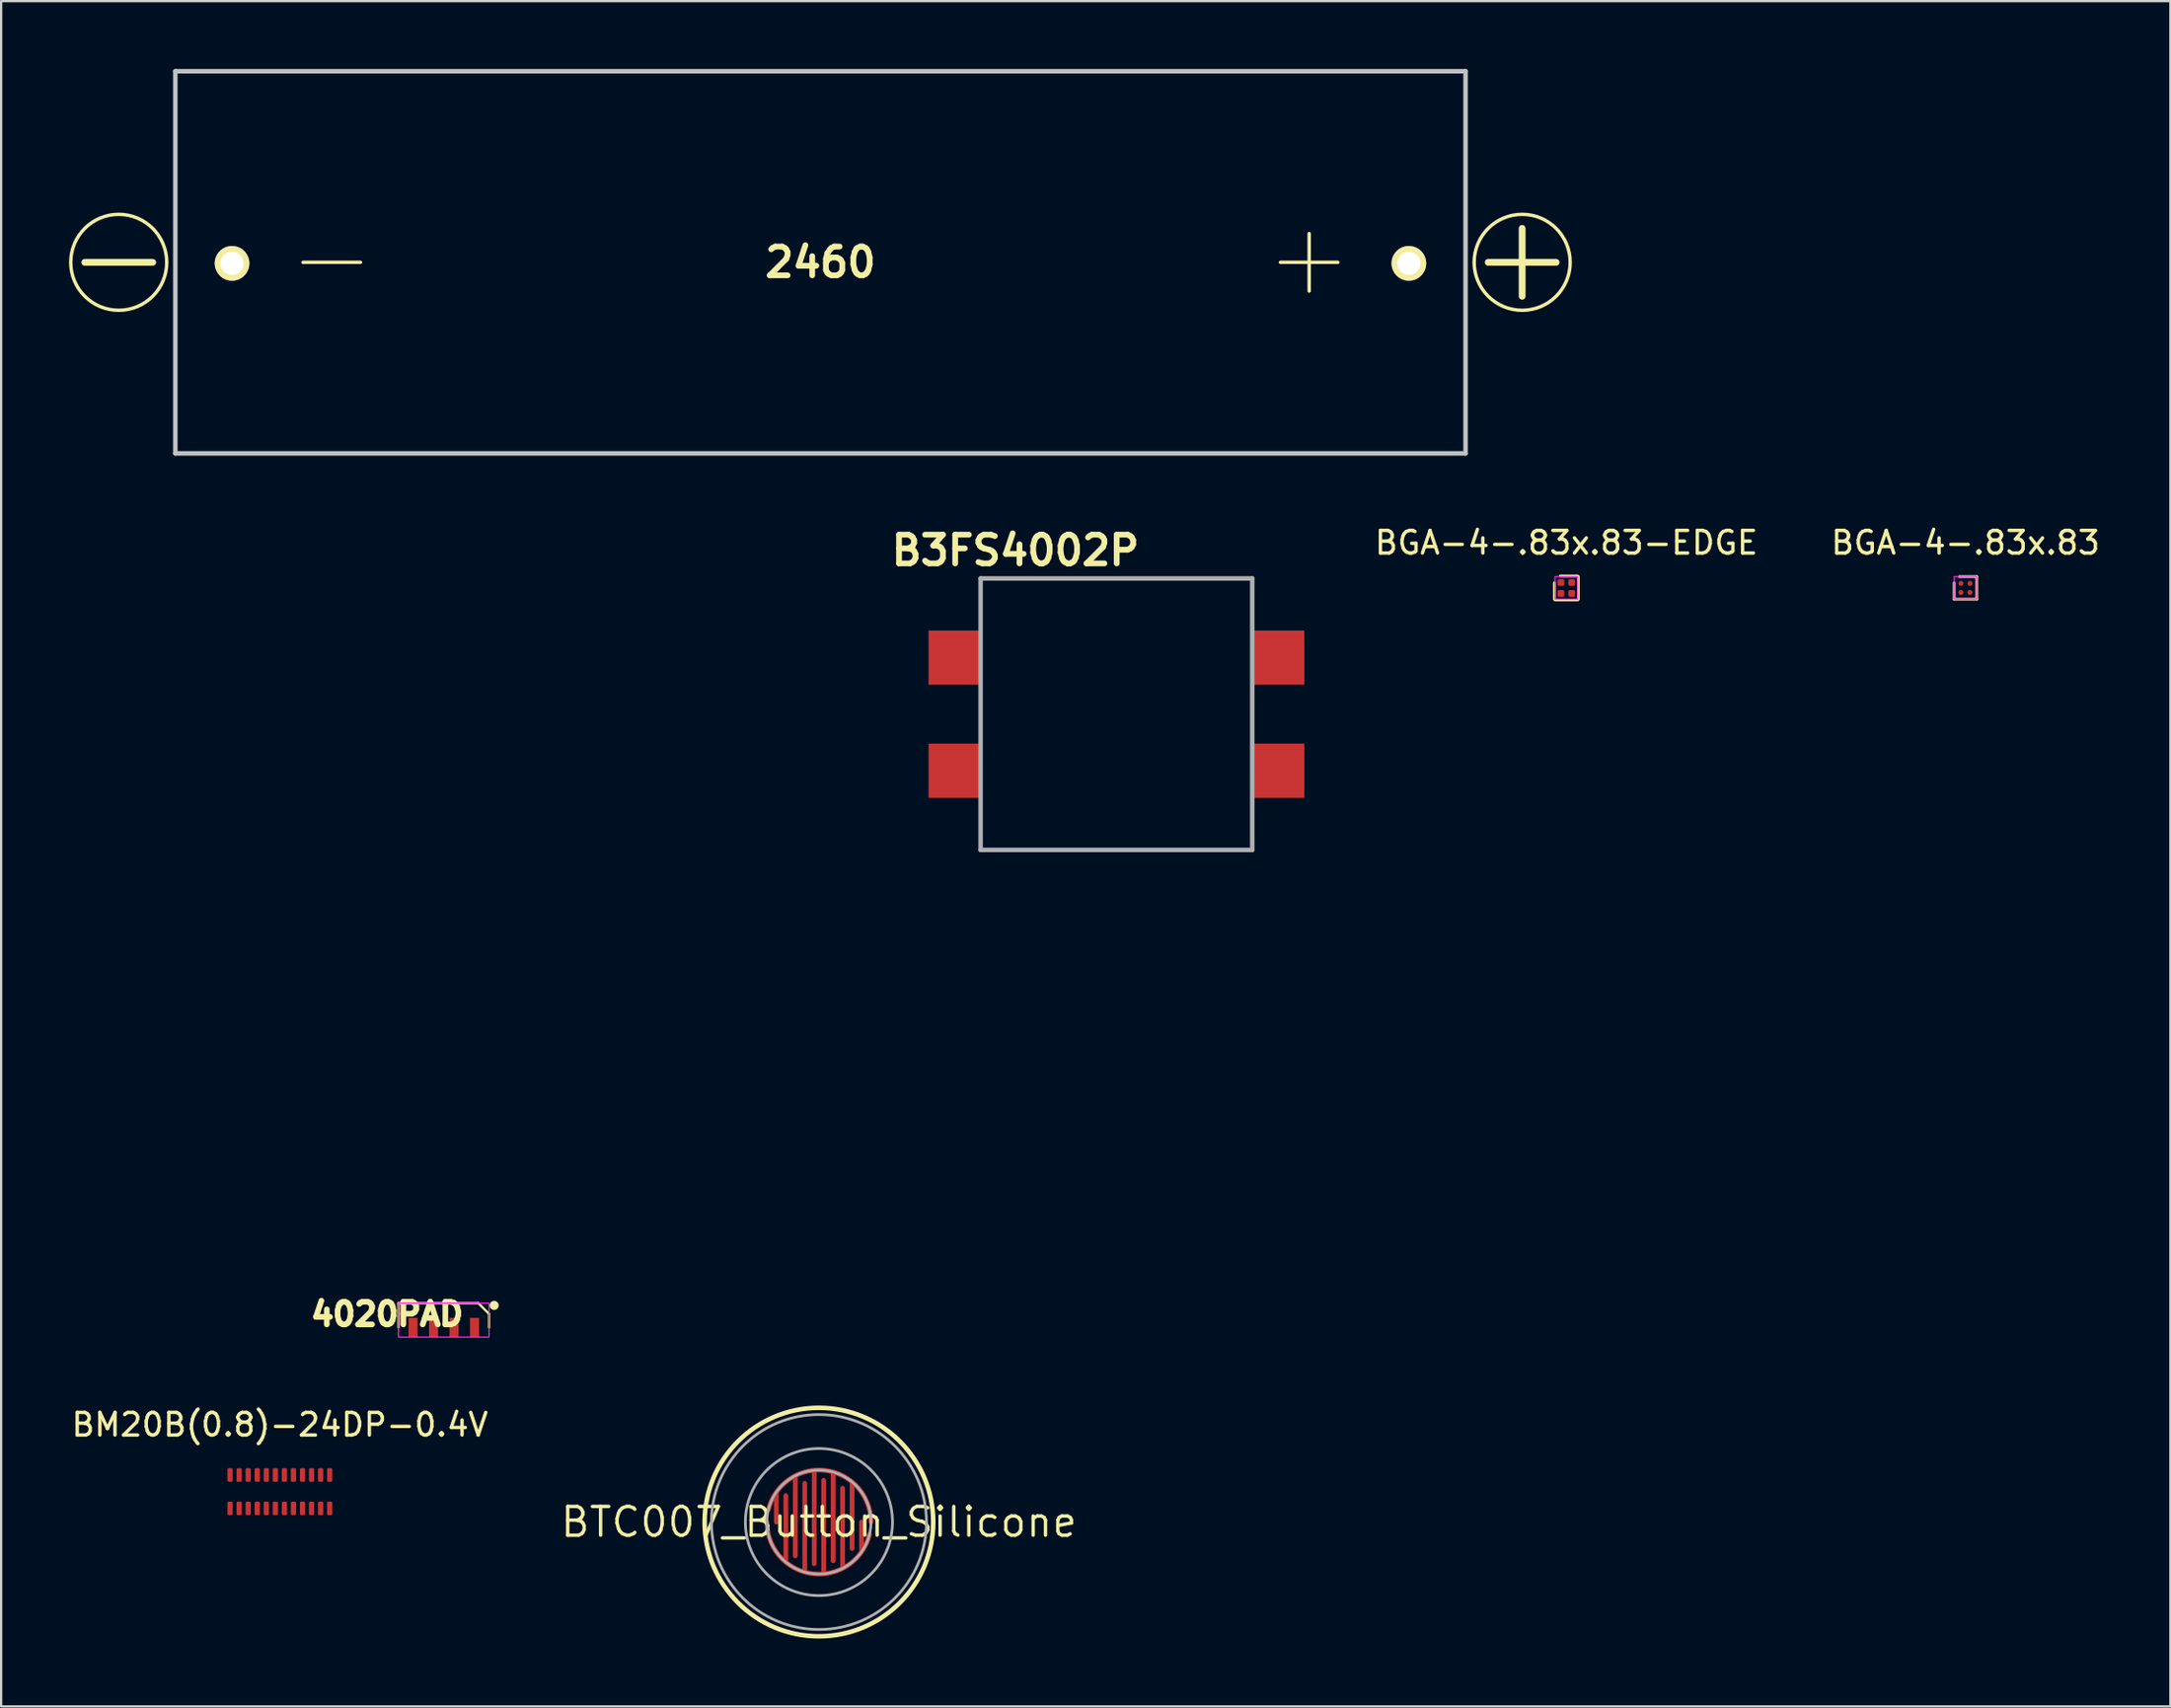
<source format=kicad_pcb>
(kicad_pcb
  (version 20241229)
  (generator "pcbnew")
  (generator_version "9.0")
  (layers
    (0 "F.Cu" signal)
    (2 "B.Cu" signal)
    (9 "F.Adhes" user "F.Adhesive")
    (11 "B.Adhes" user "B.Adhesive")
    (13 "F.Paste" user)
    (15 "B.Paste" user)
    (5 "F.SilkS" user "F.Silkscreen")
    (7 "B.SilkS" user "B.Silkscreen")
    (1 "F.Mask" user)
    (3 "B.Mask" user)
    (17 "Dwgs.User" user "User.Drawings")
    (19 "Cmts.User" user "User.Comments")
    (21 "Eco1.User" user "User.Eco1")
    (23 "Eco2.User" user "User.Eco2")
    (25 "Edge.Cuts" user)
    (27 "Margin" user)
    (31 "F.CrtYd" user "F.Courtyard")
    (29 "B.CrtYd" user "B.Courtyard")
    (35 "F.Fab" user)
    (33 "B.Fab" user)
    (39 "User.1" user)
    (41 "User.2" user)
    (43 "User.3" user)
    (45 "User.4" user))
  (footprint "BTC007_Button_Silicone"
    (layer "F.Cu")
    (at 33.129 64.226)
    (property "Reference" "BTC007_Button_Silicone" (at 0 0 0) (layer "F.SilkS") (effects (font (size 1.27 1.27) (thickness 0.15))))
    (attr through_hole)
    (fp_circle (center 0 0) (end 2.6 0) (stroke (width 0.12) (type solid)) (fill yes) (layer "F.Mask"))
    (fp_circle (center 0 0) (end 5.05 0) (stroke (width 0.2) (type solid)) (fill no) (layer "F.SilkS"))
    (fp_circle (center 0 0) (end 2.3 0) (stroke (width 0.12) (type solid)) (fill no) (layer "F.Fab"))
    (fp_circle (center 0 0) (end 3.25 0) (stroke (width 0.12) (type solid)) (fill no) (layer "F.Fab"))
    (fp_circle (center 0 0) (end 4.75 0) (stroke (width 0.12) (type solid)) (fill no) (layer "F.Fab"))
    (pad "1" smd custom (at 0 -2.3) (size 0.2 0.2) (layers "F.Cu") (options (anchor circle)) (primitives (gr_line (start 2.3 2.298) (end 2.288 2.069) (width 0.21)) (gr_line (start 2.288 2.069) (end 2.254 1.841) (width 0.21)) (gr_line (start 2.254 1.841) (end 2.197 1.619) (width 0.21)) (gr_line (start 2.197 1.619) (end 2.118 1.403) (width 0.21)) (gr_line (start 2.118 1.403) (end 2.018 1.196) (width 0.21)) (gr_line (start 2.018 1.196) (end 1.897 1) (width 0.21)) (gr_line (start 1.897 1) (end 1.758 0.817) (width 0.21)) (gr_line (start 1.758 0.817) (end 1.601 0.649) (width 0.21)) (gr_line (start 1.601 0.649) (end 1.428 0.497) (width 0.21)) (gr_line (start 1.428 0.497) (end 1.241 0.364) (width 0.21)) (gr_line (start 1.241 0.364) (end 1.042 0.249) (width 0.21)) (gr_line (start 1.042 0.249) (end 0.832 0.156) (width 0.21)) (gr_line (start 0.832 0.156) (end 0.613 0.083) (width 0.21)) (gr_line (start 0.613 0.083) (end 0.389 0.033) (width 0.21)) (gr_line (start 0.389 0.033) (end 0.161 0.006) (width 0.21)) (gr_line (start 0.161 0.006) (end -0.069 0.001) (width 0.21)) (gr_line (start -0.069 0.001) (end -0.298 0.019) (width 0.21)) (gr_line (start -0.298 0.019) (end -0.524 0.061) (width 0.21)) (gr_line (start -0.524 0.061) (end -0.745 0.124) (width 0.21)) (gr_line (start -0.745 0.124) (end -0.959 0.209) (width 0.21)) (gr_line (start -0.959 0.209) (end -1.163 0.316) (width 0.21)) (gr_line (start -1.163 0.316) (end -1.355 0.442) (width 0.21)) (gr_line (start -1.355 0.442) (end -1.534 0.586) (width 0.21)) (gr_line (start -1.534 0.586) (end -1.697 0.748) (width 0.21)) (gr_line (start -1.697 0.748) (end -1.844 0.925) (width 0.21)) (gr_line (start -1.844 0.925) (end -1.972 1.116) (width 0.21)) (gr_line (start -1.972 1.116) (end -2.08 1.319) (width 0.21)) (gr_line (start -2.08 1.319) (end -2.168 1.531) (width 0.21)) (gr_line (start -2.168 1.531) (end -2.234 1.752) (width 0.21)) (gr_line (start 1.464 0.526) (end 1.464 3.468) (width 0.21)) (gr_line (start 0.627 0.087) (end 0.627 4.012) (width 0.21)) (gr_line (start -0.209 0.01) (end -0.209 4.144) (width 0.21)) (gr_line (start -1.045 0.251) (end -1.045 3.795) (width 0.21)) (gr_line (start -1.882 0.978) (end -1.882 2.3) (width 0.21))))
    (pad "2" smd custom (at 0 2.3) (size 0.2 0.2) (layers "F.Cu") (options (anchor circle)) (primitives (gr_line (start -2.3 -2.298) (end -2.288 -2.069) (width 0.21)) (gr_line (start -2.288 -2.069) (end -2.254 -1.841) (width 0.21)) (gr_line (start -2.254 -1.841) (end -2.197 -1.619) (width 0.21)) (gr_line (start -2.197 -1.619) (end -2.118 -1.403) (width 0.21)) (gr_line (start -2.118 -1.403) (end -2.018 -1.196) (width 0.21)) (gr_line (start -2.018 -1.196) (end -1.897 -1) (width 0.21)) (gr_line (start -1.897 -1) (end -1.758 -0.817) (width 0.21)) (gr_line (start -1.758 -0.817) (end -1.601 -0.649) (width 0.21)) (gr_line (start -1.601 -0.649) (end -1.428 -0.497) (width 0.21)) (gr_line (start -1.428 -0.497) (end -1.241 -0.364) (width 0.21)) (gr_line (start -1.241 -0.364) (end -1.042 -0.249) (width 0.21)) (gr_line (start -1.042 -0.249) (end -0.832 -0.156) (width 0.21)) (gr_line (start -0.832 -0.156) (end -0.613 -0.083) (width 0.21)) (gr_line (start -0.613 -0.083) (end -0.389 -0.033) (width 0.21)) (gr_line (start -0.389 -0.033) (end -0.161 -0.006) (width 0.21)) (gr_line (start -0.161 -0.006) (end 0.069 -0.001) (width 0.21)) (gr_line (start 0.069 -0.001) (end 0.298 -0.019) (width 0.21)) (gr_line (start 0.298 -0.019) (end 0.524 -0.061) (width 0.21)) (gr_line (start 0.524 -0.061) (end 0.745 -0.124) (width 0.21)) (gr_line (start 0.745 -0.124) (end 0.959 -0.209) (width 0.21)) (gr_line (start 0.959 -0.209) (end 1.163 -0.316) (width 0.21)) (gr_line (start 1.163 -0.316) (end 1.355 -0.442) (width 0.21)) (gr_line (start 1.355 -0.442) (end 1.534 -0.586) (width 0.21)) (gr_line (start 1.534 -0.586) (end 1.697 -0.748) (width 0.21)) (gr_line (start 1.697 -0.748) (end 1.844 -0.925) (width 0.21)) (gr_line (start 1.844 -0.925) (end 1.972 -1.116) (width 0.21)) (gr_line (start 1.972 -1.116) (end 2.08 -1.319) (width 0.21)) (gr_line (start 2.08 -1.319) (end 2.168 -1.531) (width 0.21)) (gr_line (start 2.168 -1.531) (end 2.234 -1.752) (width 0.21)) (gr_line (start -1.464 -0.526) (end -1.464 -3.468) (width 0.21)) (gr_line (start -0.627 -0.087) (end -0.627 -4.012) (width 0.21)) (gr_line (start 0.209 -0.01) (end 0.209 -4.144) (width 0.21)) (gr_line (start 1.045 -0.251) (end 1.045 -3.795) (width 0.21)) (gr_line (start 1.882 -0.978) (end 1.882 -2.3) (width 0.21)))))
  (footprint "4020PAD"
    (layer "F.Cu")
    (at 16.556 55.626)
    (property "Reference" "4020PAD" (at -6 0 0) (unlocked yes) (layer "F.SilkS") (effects (font (size 1 1) (thickness 0.25) (bold yes)) (justify left bottom)))
    (fp_line (start -2 -1.075) (end 1.525 -1.075) (stroke (width 0.1) (type solid)) (layer "F.SilkS"))
    (fp_line (start -2 0) (end -2 -1.075) (stroke (width 0.1) (type solid)) (layer "F.SilkS"))
    (fp_line (start 1.525 -1.075) (end 2 -0.6) (stroke (width 0.1) (type solid)) (layer "F.SilkS"))
    (fp_line (start 2 0) (end 2 -0.6) (stroke (width 0.1) (type solid)) (layer "F.SilkS"))
    (fp_circle (center 2.225 -0.975) (end 2.225 -1.075) (stroke (width 0.2) (type solid)) (fill yes) (layer "F.SilkS"))
    (fp_line (start -16.496 -18.98) (end -1.5 -1.1) (stroke (width 0.12) (type default)) (layer "Eco2.User"))
    (fp_line (start -1.5 -1.1) (end -11.142 -12.591) (stroke (width 0.12) (type default)) (layer "Eco2.User"))
    (fp_line (start -1.5 -1.1) (end -3.412 -3.379) (stroke (width 0.12) (type default)) (layer "Eco2.User"))
    (fp_line (start 1.5 -1.1) (end 11.142 -12.591) (stroke (width 0.12) (type default)) (layer "Eco2.User"))
    (fp_line (start 16.496 -18.98) (end 1.5 -1.1) (stroke (width 0.12) (type default)) (layer "Eco2.User"))
    (fp_arc (start -16.496 -18.98) (mid 0 -35.476) (end 16.496 -18.98) (stroke (width 0.12) (type default)) (layer "Eco2.User"))
    (fp_rect (start -2 -1.075) (end 2 0.425) (stroke (width 0.05) (type solid)) (fill no) (layer "F.CrtYd"))
    (pad "1" smd rect (at 1.357 0 180) (size 0.4 0.85) (layers "F.Cu" "F.Mask" "F.Paste"))
    (pad "2" smd rect (at 0.452 0 180) (size 0.4 0.85) (layers "F.Cu" "F.Mask" "F.Paste"))
    (pad "3" smd rect (at -0.452 0 180) (size 0.4 0.85) (layers "F.Cu" "F.Mask" "F.Paste"))
    (pad "4" smd rect (at -1.357 0 180) (size 0.4 0.85) (layers "F.Cu" "F.Mask" "F.Paste")))
  (footprint "BM20B(0.8)-24DP-0.4V"
    (layer "F.Cu")
    (at 9.315 62.884)
    (property "Reference" "BM20B(0.8)-24DP-0.4V" (at 0 -2.96 0) (unlocked yes) (layer "F.SilkS") (effects (font (size 1 1) (thickness 0.15))))
    (attr smd)
    (pad "1" smd roundrect (at -2.2 0.74 90) (size 0.6 0.23) (layers "F.Cu" "F.Mask" "F.Paste") (roundrect_rratio 0.25))
    (pad "2" smd roundrect (at -2.2 -0.74 90) (size 0.6 0.23) (layers "F.Cu" "F.Mask" "F.Paste") (roundrect_rratio 0.25))
    (pad "3" smd roundrect (at -1.8 0.74 90) (size 0.6 0.23) (layers "F.Cu" "F.Mask" "F.Paste") (roundrect_rratio 0.25))
    (pad "4" smd roundrect (at -1.8 -0.74 90) (size 0.6 0.23) (layers "F.Cu" "F.Mask" "F.Paste") (roundrect_rratio 0.25))
    (pad "5" smd roundrect (at -1.4 0.74 90) (size 0.6 0.23) (layers "F.Cu" "F.Mask" "F.Paste") (roundrect_rratio 0.25))
    (pad "6" smd roundrect (at -1.4 -0.74 90) (size 0.6 0.23) (layers "F.Cu" "F.Mask" "F.Paste") (roundrect_rratio 0.25))
    (pad "7" smd roundrect (at -1 0.74 90) (size 0.6 0.23) (layers "F.Cu" "F.Mask" "F.Paste") (roundrect_rratio 0.25))
    (pad "8" smd roundrect (at -1 -0.74 90) (size 0.6 0.23) (layers "F.Cu" "F.Mask" "F.Paste") (roundrect_rratio 0.25))
    (pad "9" smd roundrect (at -0.6 0.74 90) (size 0.6 0.23) (layers "F.Cu" "F.Mask" "F.Paste") (roundrect_rratio 0.25))
    (pad "10" smd roundrect (at -0.6 -0.74 90) (size 0.6 0.23) (layers "F.Cu" "F.Mask" "F.Paste") (roundrect_rratio 0.25))
    (pad "11" smd roundrect (at -0.2 0.74 90) (size 0.6 0.23) (layers "F.Cu" "F.Mask" "F.Paste") (roundrect_rratio 0.25))
    (pad "12" smd roundrect (at -0.2 -0.74 90) (size 0.6 0.23) (layers "F.Cu" "F.Mask" "F.Paste") (roundrect_rratio 0.25))
    (pad "13" smd roundrect (at 0.2 0.74 90) (size 0.6 0.23) (layers "F.Cu" "F.Mask" "F.Paste") (roundrect_rratio 0.25))
    (pad "14" smd roundrect (at 0.2 -0.74 90) (size 0.6 0.23) (layers "F.Cu" "F.Mask" "F.Paste") (roundrect_rratio 0.25))
    (pad "15" smd roundrect (at 0.6 0.74 90) (size 0.6 0.23) (layers "F.Cu" "F.Mask" "F.Paste") (roundrect_rratio 0.25))
    (pad "16" smd roundrect (at 0.6 -0.74 90) (size 0.6 0.23) (layers "F.Cu" "F.Mask" "F.Paste") (roundrect_rratio 0.25))
    (pad "17" smd roundrect (at 1 0.74 90) (size 0.6 0.23) (layers "F.Cu" "F.Mask" "F.Paste") (roundrect_rratio 0.25))
    (pad "18" smd roundrect (at 1 -0.74 90) (size 0.6 0.23) (layers "F.Cu" "F.Mask" "F.Paste") (roundrect_rratio 0.25))
    (pad "19" smd roundrect (at 1.4 0.74 90) (size 0.6 0.23) (layers "F.Cu" "F.Mask" "F.Paste") (roundrect_rratio 0.25))
    (pad "20" smd roundrect (at 1.4 -0.74 90) (size 0.6 0.23) (layers "F.Cu" "F.Mask" "F.Paste") (roundrect_rratio 0.25))
    (pad "21" smd roundrect (at 1.8 0.74 90) (size 0.6 0.23) (layers "F.Cu" "F.Mask" "F.Paste") (roundrect_rratio 0.25))
    (pad "22" smd roundrect (at 1.8 -0.74 90) (size 0.6 0.23) (layers "F.Cu" "F.Mask" "F.Paste") (roundrect_rratio 0.25))
    (pad "23" smd roundrect (at 2.2 0.74 90) (size 0.6 0.23) (layers "F.Cu" "F.Mask" "F.Paste") (roundrect_rratio 0.25))
    (pad "24" smd roundrect (at 2.2 -0.74 90) (size 0.6 0.23) (layers "F.Cu" "F.Mask" "F.Paste") (roundrect_rratio 0.25)))
  (footprint "BGA-4-.83x.83"
    (layer "F.Cu")
    (at 83.78 22.938)
    (property "Reference" "BGA-4-.83x.83" (at 0 -2 0) (unlocked yes) (layer "F.SilkS") (effects (font (size 1 1) (thickness 0.15))))
    (attr smd)
    (fp_line (start -0.5 0.5) (end -0.5 -0.23) (stroke (width 0.12) (type default)) (layer "F.SilkS"))
    (fp_line (start -0.27 -0.5) (end 0.5 -0.5) (stroke (width 0.12) (type default)) (layer "F.SilkS"))
    (fp_line (start 0.5 -0.5) (end 0.5 0.5) (stroke (width 0.12) (type default)) (layer "F.SilkS"))
    (fp_line (start 0.5 0.5) (end -0.5 0.5) (stroke (width 0.12) (type default)) (layer "F.SilkS"))
    (fp_rect (start -0.5 -0.5) (end 0.5 0.5) (stroke (width 0.05) (type default)) (fill no) (layer "F.CrtYd"))
    (pad "A1" smd custom (at -0.2 -0.2) (size 0.22 0.22) (layers "F.Cu") (options (anchor circle)) (primitives))
    (pad "A2" smd custom (at 0.2 -0.2) (size 0.22 0.22) (layers "F.Cu") (options (anchor circle)) (primitives))
    (pad "B1" smd custom (at -0.2 0.2) (size 0.22 0.22) (layers "F.Cu") (options (anchor circle)) (primitives))
    (pad "B2" smd custom (at 0.2 0.2) (size 0.22 0.22) (layers "F.Cu") (options (anchor circle)) (primitives)))
  (footprint "2460"
    (layer "F.Cu")
    (at 33.196 8.545)
    (property "Reference" "2460" (at 0 0 0) (layer "F.SilkS") (effects (font (size 1.27 1.27) (thickness 0.254))))
    (attr through_hole)
    (fp_line (start -32.5 0) (end -29.5 0) (stroke (width 0.3) (type solid)) (layer "F.SilkS"))
    (fp_line (start -28.5 -8.445) (end 28.5 -8.445) (stroke (width 0.1) (type solid)) (layer "F.SilkS"))
    (fp_line (start -28.5 8.445) (end -28.5 -8.445) (stroke (width 0.1) (type solid)) (layer "F.SilkS"))
    (fp_line (start -22.86 0) (end -20.32 0) (stroke (width 0.15) (type solid)) (layer "F.SilkS"))
    (fp_line (start 20.32 0) (end 22.86 0) (stroke (width 0.15) (type solid)) (layer "F.SilkS"))
    (fp_line (start 21.59 -1.27) (end 21.59 1.27) (stroke (width 0.15) (type solid)) (layer "F.SilkS"))
    (fp_line (start 28.5 -8.445) (end 28.5 8.445) (stroke (width 0.1) (type solid)) (layer "F.SilkS"))
    (fp_line (start 28.5 8.445) (end -28.5 8.445) (stroke (width 0.1) (type solid)) (layer "F.SilkS"))
    (fp_line (start 29.5 0) (end 32.5 0) (stroke (width 0.3) (type solid)) (layer "F.SilkS"))
    (fp_line (start 31 -1.5) (end 31 1.5) (stroke (width 0.3) (type solid)) (layer "F.SilkS"))
    (fp_circle (center -31 0) (end -28.879 0) (stroke (width 0.15) (type solid)) (fill no) (layer "F.SilkS"))
    (fp_circle (center 31 0) (end 33.121 0) (stroke (width 0.15) (type solid)) (fill no) (layer "F.SilkS"))
    (fp_line (start -28.5 -8.445) (end 28.5 -8.445) (stroke (width 0.2) (type solid)) (layer "Dwgs.User"))
    (fp_line (start -28.5 8.445) (end -28.5 -8.445) (stroke (width 0.2) (type solid)) (layer "Dwgs.User"))
    (fp_line (start 28.5 -8.445) (end 28.5 8.445) (stroke (width 0.2) (type solid)) (layer "Dwgs.User"))
    (fp_line (start 28.5 8.445) (end -28.5 8.445) (stroke (width 0.2) (type solid)) (layer "Dwgs.User"))
    (pad "1" thru_hole circle (at 25.995 0.045 90) (size 1.53 1.53) (drill 1.02) (layers "*.Cu" "*.Mask" "F.SilkS"))
    (pad "2" thru_hole circle (at -25.995 0.045 90) (size 1.53 1.53) (drill 1.02) (layers "*.Cu" "*.Mask" "F.SilkS")))
  (footprint "BGA-4-.83x.83-EDGE"
    (layer "F.Cu")
    (at 66.149 22.938)
    (property "Reference" "BGA-4-.83x.83-EDGE" (at 0 -2 0) (unlocked yes) (layer "F.SilkS") (effects (font (size 1 1) (thickness 0.15))))
    (attr smd)
    (fp_line (start -0.53 0.5) (end -0.53 -0.23) (stroke (width 0.12) (type default)) (layer "F.SilkS"))
    (fp_line (start -0.27 -0.53) (end 0.5 -0.53) (stroke (width 0.12) (type default)) (layer "F.SilkS"))
    (fp_line (start 0.5 0.53) (end -0.5 0.53) (stroke (width 0.12) (type default)) (layer "F.SilkS"))
    (fp_line (start 0.53 -0.5) (end 0.53 0.5) (stroke (width 0.12) (type default)) (layer "F.SilkS"))
    (fp_rect (start -0.5 -0.5) (end 0.5 0.5) (stroke (width 0.05) (type default)) (fill no) (layer "F.CrtYd"))
    (pad "A1" smd roundrect (at -0.24 -0.24) (size 0.3 0.3) (layers "F.Cu" "F.Mask" "F.Paste") (roundrect_rratio 0.25))
    (pad "A2" smd roundrect (at 0.24 -0.24) (size 0.3 0.3) (layers "F.Cu" "F.Mask" "F.Paste") (roundrect_rratio 0.25))
    (pad "B1" smd roundrect (at -0.24 0.24) (size 0.3 0.3) (layers "F.Cu" "F.Mask" "F.Paste") (roundrect_rratio 0.25))
    (pad "B2" smd roundrect (at 0.24 0.24) (size 0.3 0.3) (layers "F.Cu" "F.Mask" "F.Paste") (roundrect_rratio 0.25)))
  (footprint "B3FS4002P"
    (layer "F.Cu")
    (at 47.397 28.518)
    (property "Reference" "B3FS4002P" (at -5.588 -7.239 0) (layer "F.SilkS") (effects (font (size 1.27 1.27) (thickness 0.254))))
    (attr smd)
    (fp_line (start -7.135 -6) (end 4.87 -6) (stroke (width 0.1) (type solid)) (layer "F.Fab"))
    (fp_line (start -7.135 4.5) (end -7.135 6) (stroke (width 0.1) (type solid)) (layer "F.Fab"))
    (fp_line (start -7.135 6) (end 4.875 6) (stroke (width 0.1) (type solid)) (layer "F.Fab"))
    (fp_line (start -7.125 -6) (end 4.875 -6) (stroke (width 0.2) (type solid)) (layer "F.Fab"))
    (fp_line (start -7.125 -4.5) (end -7.135 -6) (stroke (width 0.1) (type solid)) (layer "F.Fab"))
    (fp_line (start -7.125 0.5) (end -7.135 -0.5) (stroke (width 0.1) (type solid)) (layer "F.Fab"))
    (fp_line (start -7.125 6) (end -7.125 -6) (stroke (width 0.2) (type solid)) (layer "F.Fab"))
    (fp_line (start 4.87 -6) (end 4.87 -4.5) (stroke (width 0.1) (type solid)) (layer "F.Fab"))
    (fp_line (start 4.875 -6) (end 4.875 6) (stroke (width 0.2) (type solid)) (layer "F.Fab"))
    (fp_line (start 4.875 0.5) (end 4.875 -0.5) (stroke (width 0.1) (type solid)) (layer "F.Fab"))
    (fp_line (start 4.875 6) (end -7.125 6) (stroke (width 0.2) (type solid)) (layer "F.Fab"))
    (fp_line (start 4.875 6) (end 4.875 4.5) (stroke (width 0.1) (type solid)) (layer "F.Fab"))
    (pad "1" smd rect (at 6.025 2.5) (size 2.3 2.4) (layers "F.Cu" "F.Mask" "F.Paste"))
    (pad "2" smd rect (at -8.275 2.5) (size 2.3 2.4) (layers "F.Cu" "F.Mask" "F.Paste"))
    (pad "3" smd rect (at 6.025 -2.5) (size 2.3 2.4) (layers "F.Cu" "F.Mask" "F.Paste"))
    (pad "4" smd rect (at -8.275 -2.5) (size 2.3 2.4) (layers "F.Cu" "F.Mask" "F.Paste")))
  (gr_rect
    (start -3 -3)
    (end 92.834 72.376)
    (stroke (width 0.1) (type default))
    (fill no)
    (layer "Edge.Cuts")))
</source>
